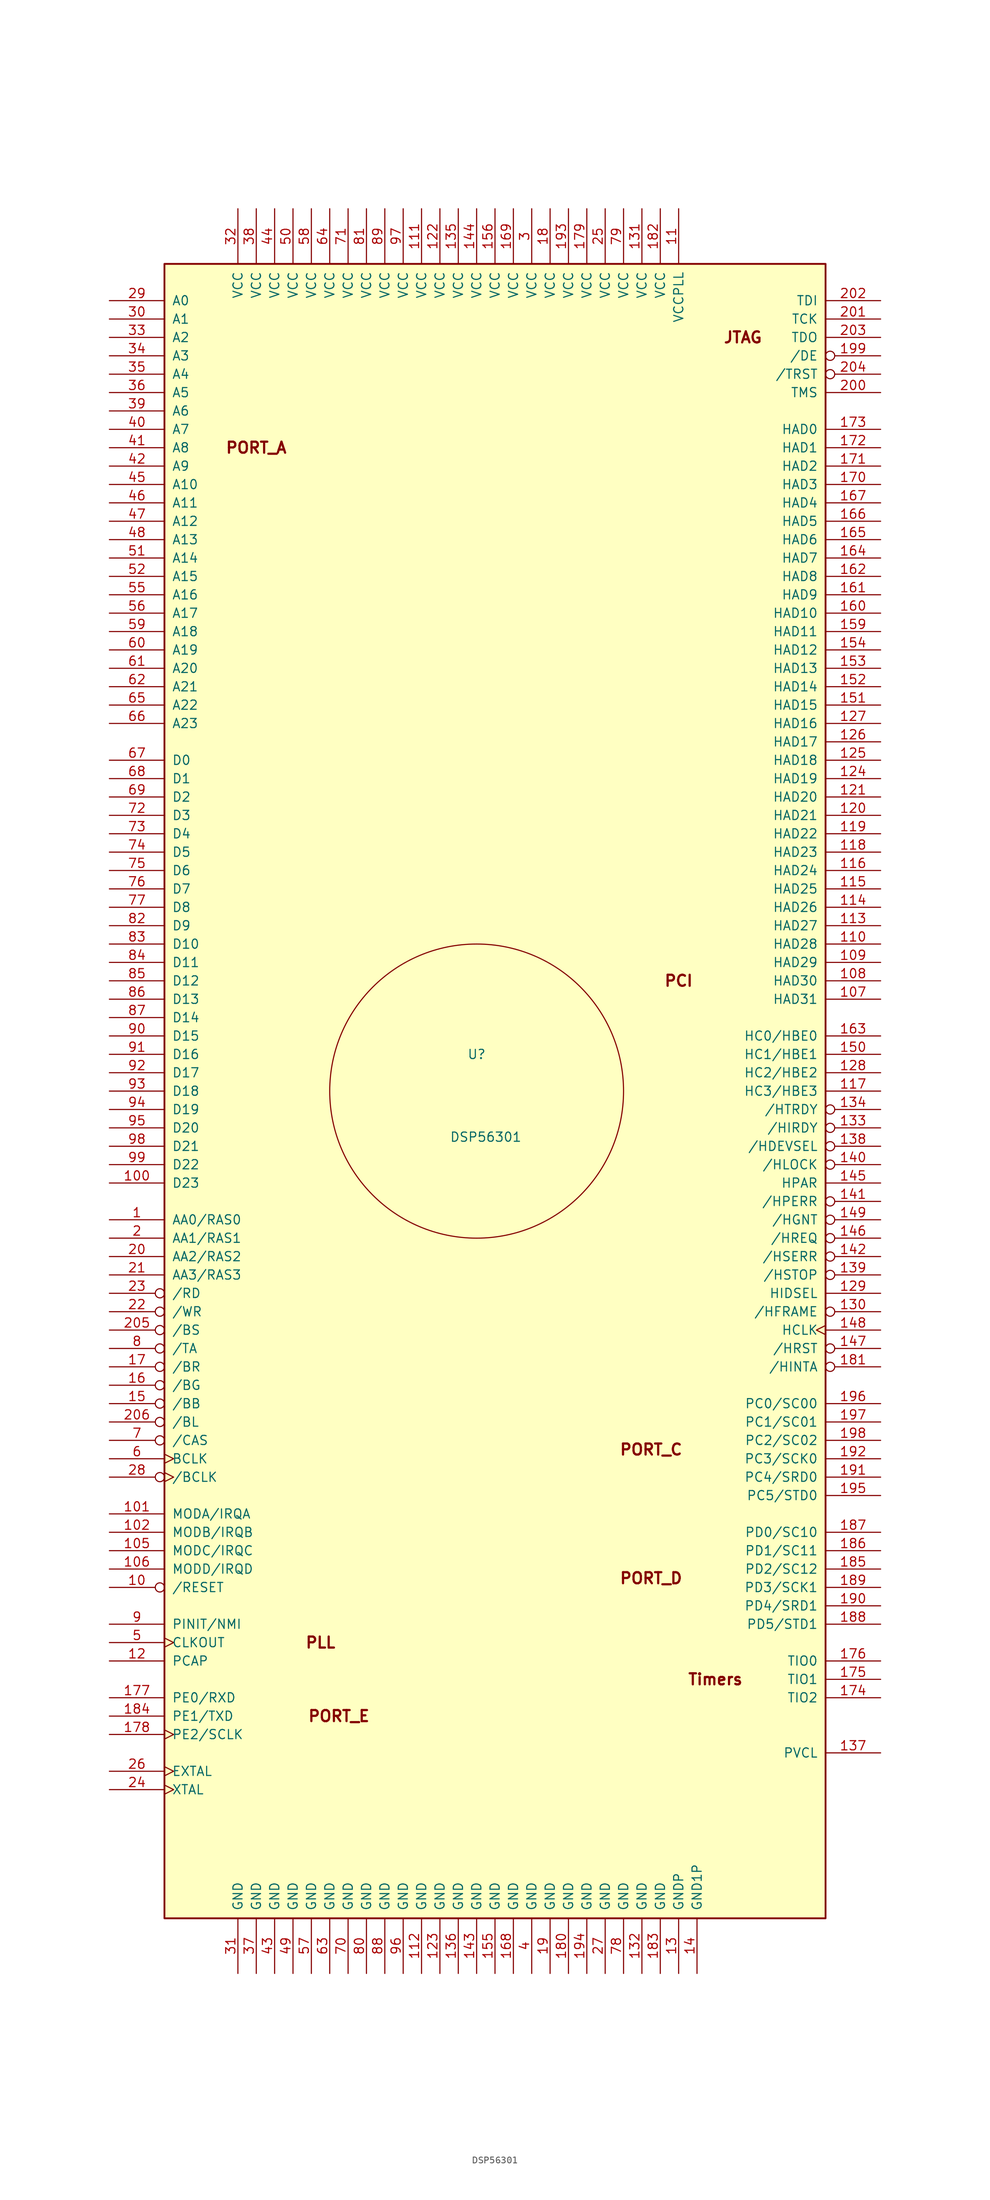
<source format=kicad_sym>
(kicad_symbol_lib
  (version 20241209)
  (generator "kicad_symbol_editor")
  (generator_version "9.0")
  (symbol "DSP56301"
    (pin_names
      (offset 1.016))
    (property "Reference" "U"
      (at 0 2.54 0)
      (effects (font (size 1.27 1.27))))
    (property "Value" "DSP56301"
      (at 1.27 -8.89 0)
      (effects (font (size 1.27 1.27))))
    (symbol "DSP56301_0_1"
      (rectangle (start -43.18 111.76) (end 48.26 -116.84) (stroke (width 0.254) (type default)) (fill (type background)))
      (circle (center 0 -2.54) (radius 20.32) (stroke (width 0) (type default)) (fill (type none)))
      (text "PORT_A" (at -30.48 86.36 0) (effects (font (size 1.524 1.524) (bold yes))))
      (text "PLL" (at -21.59 -78.74 0) (effects (font (size 1.524 1.524) (bold yes))))
      (text "PORT_E" (at -19.05 -88.9 0) (effects (font (size 1.524 1.524) (bold yes))))
      (text "PORT_C" (at 24.13 -52.07 0) (effects (font (size 1.524 1.524) (bold yes))))
      (text "PORT_D" (at 24.13 -69.85 0) (effects (font (size 1.524 1.524) (bold yes))))
      (text "PCI" (at 27.94 12.7 0) (effects (font (size 1.524 1.524) (bold yes))))
      (text "Timers" (at 33.02 -83.82 0) (effects (font (size 1.524 1.524) (bold yes))))
      (text "JTAG" (at 36.83 101.6 0) (effects (font (size 1.524 1.524) (bold yes)))))
    (symbol "DSP56301_1_1"
      (pin output line (at -50.8 106.68 0) (length 7.62) (name "A0" (effects (font (size 1.27 1.27)))) (number "29" (effects (font (size 1.27 1.27)))))
      (pin output line (at -50.8 104.14 0) (length 7.62) (name "A1" (effects (font (size 1.27 1.27)))) (number "30" (effects (font (size 1.27 1.27)))))
      (pin output line (at -50.8 101.6 0) (length 7.62) (name "A2" (effects (font (size 1.27 1.27)))) (number "33" (effects (font (size 1.27 1.27)))))
      (pin output line (at -50.8 99.06 0) (length 7.62) (name "A3" (effects (font (size 1.27 1.27)))) (number "34" (effects (font (size 1.27 1.27)))))
      (pin output line (at -50.8 96.52 0) (length 7.62) (name "A4" (effects (font (size 1.27 1.27)))) (number "35" (effects (font (size 1.27 1.27)))))
      (pin output line (at -50.8 93.98 0) (length 7.62) (name "A5" (effects (font (size 1.27 1.27)))) (number "36" (effects (font (size 1.27 1.27)))))
      (pin output line (at -50.8 91.44 0) (length 7.62) (name "A6" (effects (font (size 1.27 1.27)))) (number "39" (effects (font (size 1.27 1.27)))))
      (pin output line (at -50.8 88.9 0) (length 7.62) (name "A7" (effects (font (size 1.27 1.27)))) (number "40" (effects (font (size 1.27 1.27)))))
      (pin output line (at -50.8 86.36 0) (length 7.62) (name "A8" (effects (font (size 1.27 1.27)))) (number "41" (effects (font (size 1.27 1.27)))))
      (pin output line (at -50.8 83.82 0) (length 7.62) (name "A9" (effects (font (size 1.27 1.27)))) (number "42" (effects (font (size 1.27 1.27)))))
      (pin output line (at -50.8 81.28 0) (length 7.62) (name "A10" (effects (font (size 1.27 1.27)))) (number "45" (effects (font (size 1.27 1.27)))))
      (pin output line (at -50.8 78.74 0) (length 7.62) (name "A11" (effects (font (size 1.27 1.27)))) (number "46" (effects (font (size 1.27 1.27)))))
      (pin output line (at -50.8 76.2 0) (length 7.62) (name "A12" (effects (font (size 1.27 1.27)))) (number "47" (effects (font (size 1.27 1.27)))))
      (pin output line (at -50.8 73.66 0) (length 7.62) (name "A13" (effects (font (size 1.27 1.27)))) (number "48" (effects (font (size 1.27 1.27)))))
      (pin output line (at -50.8 71.12 0) (length 7.62) (name "A14" (effects (font (size 1.27 1.27)))) (number "51" (effects (font (size 1.27 1.27)))))
      (pin output line (at -50.8 68.58 0) (length 7.62) (name "A15" (effects (font (size 1.27 1.27)))) (number "52" (effects (font (size 1.27 1.27)))))
      (pin output line (at -50.8 66.04 0) (length 7.62) (name "A16" (effects (font (size 1.27 1.27)))) (number "55" (effects (font (size 1.27 1.27)))))
      (pin output line (at -50.8 63.5 0) (length 7.62) (name "A17" (effects (font (size 1.27 1.27)))) (number "56" (effects (font (size 1.27 1.27)))))
      (pin output line (at -50.8 60.96 0) (length 7.62) (name "A18" (effects (font (size 1.27 1.27)))) (number "59" (effects (font (size 1.27 1.27)))))
      (pin output line (at -50.8 58.42 0) (length 7.62) (name "A19" (effects (font (size 1.27 1.27)))) (number "60" (effects (font (size 1.27 1.27)))))
      (pin output line (at -50.8 55.88 0) (length 7.62) (name "A20" (effects (font (size 1.27 1.27)))) (number "61" (effects (font (size 1.27 1.27)))))
      (pin output line (at -50.8 53.34 0) (length 7.62) (name "A21" (effects (font (size 1.27 1.27)))) (number "62" (effects (font (size 1.27 1.27)))))
      (pin output line (at -50.8 50.8 0) (length 7.62) (name "A22" (effects (font (size 1.27 1.27)))) (number "65" (effects (font (size 1.27 1.27)))))
      (pin output line (at -50.8 48.26 0) (length 7.62) (name "A23" (effects (font (size 1.27 1.27)))) (number "66" (effects (font (size 1.27 1.27)))))
      (pin bidirectional line (at -50.8 43.18 0) (length 7.62) (name "D0" (effects (font (size 1.27 1.27)))) (number "67" (effects (font (size 1.27 1.27)))))
      (pin bidirectional line (at -50.8 40.64 0) (length 7.62) (name "D1" (effects (font (size 1.27 1.27)))) (number "68" (effects (font (size 1.27 1.27)))))
      (pin bidirectional line (at -50.8 38.1 0) (length 7.62) (name "D2" (effects (font (size 1.27 1.27)))) (number "69" (effects (font (size 1.27 1.27)))))
      (pin bidirectional line (at -50.8 35.56 0) (length 7.62) (name "D3" (effects (font (size 1.27 1.27)))) (number "72" (effects (font (size 1.27 1.27)))))
      (pin bidirectional line (at -50.8 33.02 0) (length 7.62) (name "D4" (effects (font (size 1.27 1.27)))) (number "73" (effects (font (size 1.27 1.27)))))
      (pin bidirectional line (at -50.8 30.48 0) (length 7.62) (name "D5" (effects (font (size 1.27 1.27)))) (number "74" (effects (font (size 1.27 1.27)))))
      (pin bidirectional line (at -50.8 27.94 0) (length 7.62) (name "D6" (effects (font (size 1.27 1.27)))) (number "75" (effects (font (size 1.27 1.27)))))
      (pin bidirectional line (at -50.8 25.4 0) (length 7.62) (name "D7" (effects (font (size 1.27 1.27)))) (number "76" (effects (font (size 1.27 1.27)))))
      (pin bidirectional line (at -50.8 22.86 0) (length 7.62) (name "D8" (effects (font (size 1.27 1.27)))) (number "77" (effects (font (size 1.27 1.27)))))
      (pin bidirectional line (at -50.8 20.32 0) (length 7.62) (name "D9" (effects (font (size 1.27 1.27)))) (number "82" (effects (font (size 1.27 1.27)))))
      (pin bidirectional line (at -50.8 17.78 0) (length 7.62) (name "D10" (effects (font (size 1.27 1.27)))) (number "83" (effects (font (size 1.27 1.27)))))
      (pin bidirectional line (at -50.8 15.24 0) (length 7.62) (name "D11" (effects (font (size 1.27 1.27)))) (number "84" (effects (font (size 1.27 1.27)))))
      (pin bidirectional line (at -50.8 12.7 0) (length 7.62) (name "D12" (effects (font (size 1.27 1.27)))) (number "85" (effects (font (size 1.27 1.27)))))
      (pin bidirectional line (at -50.8 10.16 0) (length 7.62) (name "D13" (effects (font (size 1.27 1.27)))) (number "86" (effects (font (size 1.27 1.27)))))
      (pin bidirectional line (at -50.8 7.62 0) (length 7.62) (name "D14" (effects (font (size 1.27 1.27)))) (number "87" (effects (font (size 1.27 1.27)))))
      (pin bidirectional line (at -50.8 5.08 0) (length 7.62) (name "D15" (effects (font (size 1.27 1.27)))) (number "90" (effects (font (size 1.27 1.27)))))
      (pin bidirectional line (at -50.8 2.54 0) (length 7.62) (name "D16" (effects (font (size 1.27 1.27)))) (number "91" (effects (font (size 1.27 1.27)))))
      (pin bidirectional line (at -50.8 0 0) (length 7.62) (name "D17" (effects (font (size 1.27 1.27)))) (number "92" (effects (font (size 1.27 1.27)))))
      (pin bidirectional line (at -50.8 -2.54 0) (length 7.62) (name "D18" (effects (font (size 1.27 1.27)))) (number "93" (effects (font (size 1.27 1.27)))))
      (pin bidirectional line (at -50.8 -5.08 0) (length 7.62) (name "D19" (effects (font (size 1.27 1.27)))) (number "94" (effects (font (size 1.27 1.27)))))
      (pin bidirectional line (at -50.8 -7.62 0) (length 7.62) (name "D20" (effects (font (size 1.27 1.27)))) (number "95" (effects (font (size 1.27 1.27)))))
      (pin bidirectional line (at -50.8 -10.16 0) (length 7.62) (name "D21" (effects (font (size 1.27 1.27)))) (number "98" (effects (font (size 1.27 1.27)))))
      (pin bidirectional line (at -50.8 -12.7 0) (length 7.62) (name "D22" (effects (font (size 1.27 1.27)))) (number "99" (effects (font (size 1.27 1.27)))))
      (pin bidirectional line (at -50.8 -15.24 0) (length 7.62) (name "D23" (effects (font (size 1.27 1.27)))) (number "100" (effects (font (size 1.27 1.27)))))
      (pin output line (at -50.8 -20.32 0) (length 7.62) (name "AA0/RAS0" (effects (font (size 1.27 1.27)))) (number "1" (effects (font (size 1.27 1.27)))))
      (pin output line (at -50.8 -22.86 0) (length 7.62) (name "AA1/RAS1" (effects (font (size 1.27 1.27)))) (number "2" (effects (font (size 1.27 1.27)))))
      (pin output line (at -50.8 -25.4 0) (length 7.62) (name "AA2/RAS2" (effects (font (size 1.27 1.27)))) (number "20" (effects (font (size 1.27 1.27)))))
      (pin output line (at -50.8 -27.94 0) (length 7.62) (name "AA3/RAS3" (effects (font (size 1.27 1.27)))) (number "21" (effects (font (size 1.27 1.27)))))
      (pin output inverted (at -50.8 -30.48 0) (length 7.62) (name "/RD" (effects (font (size 1.27 1.27)))) (number "23" (effects (font (size 1.27 1.27)))))
      (pin output inverted (at -50.8 -33.02 0) (length 7.62) (name "/WR" (effects (font (size 1.27 1.27)))) (number "22" (effects (font (size 1.27 1.27)))))
      (pin output inverted (at -50.8 -35.56 0) (length 7.62) (name "/BS" (effects (font (size 1.27 1.27)))) (number "205" (effects (font (size 1.27 1.27)))))
      (pin input inverted (at -50.8 -38.1 0) (length 7.62) (name "/TA" (effects (font (size 1.27 1.27)))) (number "8" (effects (font (size 1.27 1.27)))))
      (pin output inverted (at -50.8 -40.64 0) (length 7.62) (name "/BR" (effects (font (size 1.27 1.27)))) (number "17" (effects (font (size 1.27 1.27)))))
      (pin input inverted (at -50.8 -43.18 0) (length 7.62) (name "/BG" (effects (font (size 1.27 1.27)))) (number "16" (effects (font (size 1.27 1.27)))))
      (pin bidirectional inverted (at -50.8 -45.72 0) (length 7.62) (name "/BB" (effects (font (size 1.27 1.27)))) (number "15" (effects (font (size 1.27 1.27)))))
      (pin output inverted (at -50.8 -48.26 0) (length 7.62) (name "/BL" (effects (font (size 1.27 1.27)))) (number "206" (effects (font (size 1.27 1.27)))))
      (pin output inverted (at -50.8 -50.8 0) (length 7.62) (name "/CAS" (effects (font (size 1.27 1.27)))) (number "7" (effects (font (size 1.27 1.27)))))
      (pin output clock (at -50.8 -53.34 0) (length 7.62) (name "BCLK" (effects (font (size 1.27 1.27)))) (number "6" (effects (font (size 1.27 1.27)))))
      (pin output inverted_clock (at -50.8 -55.88 0) (length 7.62) (name "/BCLK" (effects (font (size 1.27 1.27)))) (number "28" (effects (font (size 1.27 1.27)))))
      (pin input line (at -50.8 -60.96 0) (length 7.62) (name "MODA/IRQA" (effects (font (size 1.27 1.27)))) (number "101" (effects (font (size 1.27 1.27)))))
      (pin input line (at -50.8 -63.5 0) (length 7.62) (name "MODB/IRQB" (effects (font (size 1.27 1.27)))) (number "102" (effects (font (size 1.27 1.27)))))
      (pin input line (at -50.8 -66.04 0) (length 7.62) (name "MODC/IRQC" (effects (font (size 1.27 1.27)))) (number "105" (effects (font (size 1.27 1.27)))))
      (pin input line (at -50.8 -68.58 0) (length 7.62) (name "MODD/IRQD" (effects (font (size 1.27 1.27)))) (number "106" (effects (font (size 1.27 1.27)))))
      (pin input inverted (at -50.8 -71.12 0) (length 7.62) (name "/RESET" (effects (font (size 1.27 1.27)))) (number "10" (effects (font (size 1.27 1.27)))))
      (pin input line (at -50.8 -76.2 0) (length 7.62) (name "PINIT/NMI" (effects (font (size 1.27 1.27)))) (number "9" (effects (font (size 1.27 1.27)))))
      (pin output clock (at -50.8 -78.74 0) (length 7.62) (name "CLKOUT" (effects (font (size 1.27 1.27)))) (number "5" (effects (font (size 1.27 1.27)))))
      (pin input line (at -50.8 -81.28 0) (length 7.62) (name "PCAP" (effects (font (size 1.27 1.27)))) (number "12" (effects (font (size 1.27 1.27)))))
      (pin bidirectional line (at -50.8 -86.36 0) (length 7.62) (name "PE0/RXD" (effects (font (size 1.27 1.27)))) (number "177" (effects (font (size 1.27 1.27)))))
      (pin bidirectional line (at -50.8 -88.9 0) (length 7.62) (name "PE1/TXD" (effects (font (size 1.27 1.27)))) (number "184" (effects (font (size 1.27 1.27)))))
      (pin bidirectional clock (at -50.8 -91.44 0) (length 7.62) (name "PE2/SCLK" (effects (font (size 1.27 1.27)))) (number "178" (effects (font (size 1.27 1.27)))))
      (pin input clock (at -50.8 -96.52 0) (length 7.62) (name "EXTAL" (effects (font (size 1.27 1.27)))) (number "26" (effects (font (size 1.27 1.27)))))
      (pin output clock (at -50.8 -99.06 0) (length 7.62) (name "XTAL" (effects (font (size 1.27 1.27)))) (number "24" (effects (font (size 1.27 1.27)))))
      (pin power_in line (at -33.02 119.38 270) (length 7.62) (name "VCC" (effects (font (size 1.27 1.27)))) (number "32" (effects (font (size 1.27 1.27)))))
      (pin power_in line (at -33.02 -124.46 90) (length 7.62) (name "GND" (effects (font (size 1.27 1.27)))) (number "31" (effects (font (size 1.27 1.27)))))
      (pin power_in line (at -30.48 119.38 270) (length 7.62) (name "VCC" (effects (font (size 1.27 1.27)))) (number "38" (effects (font (size 1.27 1.27)))))
      (pin power_in line (at -30.48 -124.46 90) (length 7.62) (name "GND" (effects (font (size 1.27 1.27)))) (number "37" (effects (font (size 1.27 1.27)))))
      (pin power_in line (at -27.94 119.38 270) (length 7.62) (name "VCC" (effects (font (size 1.27 1.27)))) (number "44" (effects (font (size 1.27 1.27)))))
      (pin power_in line (at -27.94 -124.46 90) (length 7.62) (name "GND" (effects (font (size 1.27 1.27)))) (number "43" (effects (font (size 1.27 1.27)))))
      (pin power_in line (at -25.4 119.38 270) (length 7.62) (name "VCC" (effects (font (size 1.27 1.27)))) (number "50" (effects (font (size 1.27 1.27)))))
      (pin power_in line (at -25.4 -124.46 90) (length 7.62) (name "GND" (effects (font (size 1.27 1.27)))) (number "49" (effects (font (size 1.27 1.27)))))
      (pin power_in line (at -22.86 119.38 270) (length 7.62) (name "VCC" (effects (font (size 1.27 1.27)))) (number "58" (effects (font (size 1.27 1.27)))))
      (pin power_in line (at -22.86 -124.46 90) (length 7.62) (name "GND" (effects (font (size 1.27 1.27)))) (number "57" (effects (font (size 1.27 1.27)))))
      (pin power_in line (at -20.32 119.38 270) (length 7.62) (name "VCC" (effects (font (size 1.27 1.27)))) (number "64" (effects (font (size 1.27 1.27)))))
      (pin power_in line (at -20.32 -124.46 90) (length 7.62) (name "GND" (effects (font (size 1.27 1.27)))) (number "63" (effects (font (size 1.27 1.27)))))
      (pin power_in line (at -17.78 119.38 270) (length 7.62) (name "VCC" (effects (font (size 1.27 1.27)))) (number "71" (effects (font (size 1.27 1.27)))))
      (pin power_in line (at -17.78 -124.46 90) (length 7.62) (name "GND" (effects (font (size 1.27 1.27)))) (number "70" (effects (font (size 1.27 1.27)))))
      (pin power_in line (at -15.24 119.38 270) (length 7.62) (name "VCC" (effects (font (size 1.27 1.27)))) (number "81" (effects (font (size 1.27 1.27)))))
      (pin power_in line (at -15.24 -124.46 90) (length 7.62) (name "GND" (effects (font (size 1.27 1.27)))) (number "80" (effects (font (size 1.27 1.27)))))
      (pin power_in line (at -12.7 119.38 270) (length 7.62) (name "VCC" (effects (font (size 1.27 1.27)))) (number "89" (effects (font (size 1.27 1.27)))))
      (pin power_in line (at -12.7 -124.46 90) (length 7.62) (name "GND" (effects (font (size 1.27 1.27)))) (number "88" (effects (font (size 1.27 1.27)))))
      (pin power_in line (at -10.16 119.38 270) (length 7.62) (name "VCC" (effects (font (size 1.27 1.27)))) (number "97" (effects (font (size 1.27 1.27)))))
      (pin power_in line (at -10.16 -124.46 90) (length 7.62) (name "GND" (effects (font (size 1.27 1.27)))) (number "96" (effects (font (size 1.27 1.27)))))
      (pin power_in line (at -7.62 119.38 270) (length 7.62) (name "VCC" (effects (font (size 1.27 1.27)))) (number "111" (effects (font (size 1.27 1.27)))))
      (pin power_in line (at -7.62 -124.46 90) (length 7.62) (name "GND" (effects (font (size 1.27 1.27)))) (number "112" (effects (font (size 1.27 1.27)))))
      (pin power_in line (at -5.08 119.38 270) (length 7.62) (name "VCC" (effects (font (size 1.27 1.27)))) (number "122" (effects (font (size 1.27 1.27)))))
      (pin power_in line (at -5.08 -124.46 90) (length 7.62) (name "GND" (effects (font (size 1.27 1.27)))) (number "123" (effects (font (size 1.27 1.27)))))
      (pin power_in line (at -2.54 119.38 270) (length 7.62) (name "VCC" (effects (font (size 1.27 1.27)))) (number "135" (effects (font (size 1.27 1.27)))))
      (pin power_in line (at -2.54 -124.46 90) (length 7.62) (name "GND" (effects (font (size 1.27 1.27)))) (number "136" (effects (font (size 1.27 1.27)))))
      (pin power_in line (at 0 119.38 270) (length 7.62) (name "VCC" (effects (font (size 1.27 1.27)))) (number "144" (effects (font (size 1.27 1.27)))))
      (pin power_in line (at 0 -124.46 90) (length 7.62) (name "GND" (effects (font (size 1.27 1.27)))) (number "143" (effects (font (size 1.27 1.27)))))
      (pin power_in line (at 2.54 119.38 270) (length 7.62) (name "VCC" (effects (font (size 1.27 1.27)))) (number "156" (effects (font (size 1.27 1.27)))))
      (pin power_in line (at 2.54 -124.46 90) (length 7.62) (name "GND" (effects (font (size 1.27 1.27)))) (number "155" (effects (font (size 1.27 1.27)))))
      (pin power_in line (at 5.08 119.38 270) (length 7.62) (name "VCC" (effects (font (size 1.27 1.27)))) (number "169" (effects (font (size 1.27 1.27)))))
      (pin power_in line (at 5.08 -124.46 90) (length 7.62) (name "GND" (effects (font (size 1.27 1.27)))) (number "168" (effects (font (size 1.27 1.27)))))
      (pin power_in line (at 7.62 119.38 270) (length 7.62) (name "VCC" (effects (font (size 1.27 1.27)))) (number "3" (effects (font (size 1.27 1.27)))))
      (pin power_in line (at 7.62 -124.46 90) (length 7.62) (name "GND" (effects (font (size 1.27 1.27)))) (number "4" (effects (font (size 1.27 1.27)))))
      (pin power_in line (at 10.16 119.38 270) (length 7.62) (name "VCC" (effects (font (size 1.27 1.27)))) (number "18" (effects (font (size 1.27 1.27)))))
      (pin power_in line (at 10.16 -124.46 90) (length 7.62) (name "GND" (effects (font (size 1.27 1.27)))) (number "19" (effects (font (size 1.27 1.27)))))
      (pin power_in line (at 12.7 119.38 270) (length 7.62) (name "VCC" (effects (font (size 1.27 1.27)))) (number "193" (effects (font (size 1.27 1.27)))))
      (pin power_in line (at 12.7 -124.46 90) (length 7.62) (name "GND" (effects (font (size 1.27 1.27)))) (number "180" (effects (font (size 1.27 1.27)))))
      (pin power_in line (at 15.24 119.38 270) (length 7.62) (name "VCC" (effects (font (size 1.27 1.27)))) (number "179" (effects (font (size 1.27 1.27)))))
      (pin power_in line (at 15.24 -124.46 90) (length 7.62) (name "GND" (effects (font (size 1.27 1.27)))) (number "194" (effects (font (size 1.27 1.27)))))
      (pin power_in line (at 17.78 119.38 270) (length 7.62) (name "VCC" (effects (font (size 1.27 1.27)))) (number "25" (effects (font (size 1.27 1.27)))))
      (pin power_in line (at 17.78 -124.46 90) (length 7.62) (name "GND" (effects (font (size 1.27 1.27)))) (number "27" (effects (font (size 1.27 1.27)))))
      (pin power_in line (at 20.32 119.38 270) (length 7.62) (name "VCC" (effects (font (size 1.27 1.27)))) (number "79" (effects (font (size 1.27 1.27)))))
      (pin power_in line (at 20.32 -124.46 90) (length 7.62) (name "GND" (effects (font (size 1.27 1.27)))) (number "78" (effects (font (size 1.27 1.27)))))
      (pin power_in line (at 22.86 119.38 270) (length 7.62) (name "VCC" (effects (font (size 1.27 1.27)))) (number "131" (effects (font (size 1.27 1.27)))))
      (pin power_in line (at 22.86 -124.46 90) (length 7.62) (name "GND" (effects (font (size 1.27 1.27)))) (number "132" (effects (font (size 1.27 1.27)))))
      (pin power_in line (at 25.4 119.38 270) (length 7.62) (name "VCC" (effects (font (size 1.27 1.27)))) (number "182" (effects (font (size 1.27 1.27)))))
      (pin power_in line (at 25.4 -124.46 90) (length 7.62) (name "GND" (effects (font (size 1.27 1.27)))) (number "183" (effects (font (size 1.27 1.27)))))
      (pin power_in line (at 27.94 119.38 270) (length 7.62) (name "VCCPLL" (effects (font (size 1.27 1.27)))) (number "11" (effects (font (size 1.27 1.27)))))
      (pin power_in line (at 27.94 -124.46 90) (length 7.62) (name "GNDP" (effects (font (size 1.27 1.27)))) (number "13" (effects (font (size 1.27 1.27)))))
      (pin power_in line (at 30.48 -124.46 90) (length 7.62) (name "GND1P" (effects (font (size 1.27 1.27)))) (number "14" (effects (font (size 1.27 1.27)))))
      (pin input line (at 55.88 106.68 180) (length 7.62) (name "TDI" (effects (font (size 1.27 1.27)))) (number "202" (effects (font (size 1.27 1.27)))))
      (pin input line (at 55.88 104.14 180) (length 7.62) (name "TCK" (effects (font (size 1.27 1.27)))) (number "201" (effects (font (size 1.27 1.27)))))
      (pin output line (at 55.88 101.6 180) (length 7.62) (name "TDO" (effects (font (size 1.27 1.27)))) (number "203" (effects (font (size 1.27 1.27)))))
      (pin output inverted (at 55.88 99.06 180) (length 7.62) (name "/DE" (effects (font (size 1.27 1.27)))) (number "199" (effects (font (size 1.27 1.27)))))
      (pin input inverted (at 55.88 96.52 180) (length 7.62) (name "/TRST" (effects (font (size 1.27 1.27)))) (number "204" (effects (font (size 1.27 1.27)))))
      (pin input line (at 55.88 93.98 180) (length 7.62) (name "TMS" (effects (font (size 1.27 1.27)))) (number "200" (effects (font (size 1.27 1.27)))))
      (pin bidirectional line (at 55.88 88.9 180) (length 7.62) (name "HAD0" (effects (font (size 1.27 1.27)))) (number "173" (effects (font (size 1.27 1.27)))))
      (pin bidirectional line (at 55.88 86.36 180) (length 7.62) (name "HAD1" (effects (font (size 1.27 1.27)))) (number "172" (effects (font (size 1.27 1.27)))))
      (pin bidirectional line (at 55.88 83.82 180) (length 7.62) (name "HAD2" (effects (font (size 1.27 1.27)))) (number "171" (effects (font (size 1.27 1.27)))))
      (pin bidirectional line (at 55.88 81.28 180) (length 7.62) (name "HAD3" (effects (font (size 1.27 1.27)))) (number "170" (effects (font (size 1.27 1.27)))))
      (pin bidirectional line (at 55.88 78.74 180) (length 7.62) (name "HAD4" (effects (font (size 1.27 1.27)))) (number "167" (effects (font (size 1.27 1.27)))))
      (pin bidirectional line (at 55.88 76.2 180) (length 7.62) (name "HAD5" (effects (font (size 1.27 1.27)))) (number "166" (effects (font (size 1.27 1.27)))))
      (pin bidirectional line (at 55.88 73.66 180) (length 7.62) (name "HAD6" (effects (font (size 1.27 1.27)))) (number "165" (effects (font (size 1.27 1.27)))))
      (pin bidirectional line (at 55.88 71.12 180) (length 7.62) (name "HAD7" (effects (font (size 1.27 1.27)))) (number "164" (effects (font (size 1.27 1.27)))))
      (pin bidirectional line (at 55.88 68.58 180) (length 7.62) (name "HAD8" (effects (font (size 1.27 1.27)))) (number "162" (effects (font (size 1.27 1.27)))))
      (pin bidirectional line (at 55.88 66.04 180) (length 7.62) (name "HAD9" (effects (font (size 1.27 1.27)))) (number "161" (effects (font (size 1.27 1.27)))))
      (pin bidirectional line (at 55.88 63.5 180) (length 7.62) (name "HAD10" (effects (font (size 1.27 1.27)))) (number "160" (effects (font (size 1.27 1.27)))))
      (pin bidirectional line (at 55.88 60.96 180) (length 7.62) (name "HAD11" (effects (font (size 1.27 1.27)))) (number "159" (effects (font (size 1.27 1.27)))))
      (pin bidirectional line (at 55.88 58.42 180) (length 7.62) (name "HAD12" (effects (font (size 1.27 1.27)))) (number "154" (effects (font (size 1.27 1.27)))))
      (pin bidirectional line (at 55.88 55.88 180) (length 7.62) (name "HAD13" (effects (font (size 1.27 1.27)))) (number "153" (effects (font (size 1.27 1.27)))))
      (pin bidirectional line (at 55.88 53.34 180) (length 7.62) (name "HAD14" (effects (font (size 1.27 1.27)))) (number "152" (effects (font (size 1.27 1.27)))))
      (pin bidirectional line (at 55.88 50.8 180) (length 7.62) (name "HAD15" (effects (font (size 1.27 1.27)))) (number "151" (effects (font (size 1.27 1.27)))))
      (pin bidirectional line (at 55.88 48.26 180) (length 7.62) (name "HAD16" (effects (font (size 1.27 1.27)))) (number "127" (effects (font (size 1.27 1.27)))))
      (pin bidirectional line (at 55.88 45.72 180) (length 7.62) (name "HAD17" (effects (font (size 1.27 1.27)))) (number "126" (effects (font (size 1.27 1.27)))))
      (pin bidirectional line (at 55.88 43.18 180) (length 7.62) (name "HAD18" (effects (font (size 1.27 1.27)))) (number "125" (effects (font (size 1.27 1.27)))))
      (pin bidirectional line (at 55.88 40.64 180) (length 7.62) (name "HAD19" (effects (font (size 1.27 1.27)))) (number "124" (effects (font (size 1.27 1.27)))))
      (pin bidirectional line (at 55.88 38.1 180) (length 7.62) (name "HAD20" (effects (font (size 1.27 1.27)))) (number "121" (effects (font (size 1.27 1.27)))))
      (pin bidirectional line (at 55.88 35.56 180) (length 7.62) (name "HAD21" (effects (font (size 1.27 1.27)))) (number "120" (effects (font (size 1.27 1.27)))))
      (pin bidirectional line (at 55.88 33.02 180) (length 7.62) (name "HAD22" (effects (font (size 1.27 1.27)))) (number "119" (effects (font (size 1.27 1.27)))))
      (pin bidirectional line (at 55.88 30.48 180) (length 7.62) (name "HAD23" (effects (font (size 1.27 1.27)))) (number "118" (effects (font (size 1.27 1.27)))))
      (pin bidirectional line (at 55.88 27.94 180) (length 7.62) (name "HAD24" (effects (font (size 1.27 1.27)))) (number "116" (effects (font (size 1.27 1.27)))))
      (pin bidirectional line (at 55.88 25.4 180) (length 7.62) (name "HAD25" (effects (font (size 1.27 1.27)))) (number "115" (effects (font (size 1.27 1.27)))))
      (pin bidirectional line (at 55.88 22.86 180) (length 7.62) (name "HAD26" (effects (font (size 1.27 1.27)))) (number "114" (effects (font (size 1.27 1.27)))))
      (pin bidirectional line (at 55.88 20.32 180) (length 7.62) (name "HAD27" (effects (font (size 1.27 1.27)))) (number "113" (effects (font (size 1.27 1.27)))))
      (pin bidirectional line (at 55.88 17.78 180) (length 7.62) (name "HAD28" (effects (font (size 1.27 1.27)))) (number "110" (effects (font (size 1.27 1.27)))))
      (pin bidirectional line (at 55.88 15.24 180) (length 7.62) (name "HAD29" (effects (font (size 1.27 1.27)))) (number "109" (effects (font (size 1.27 1.27)))))
      (pin bidirectional line (at 55.88 12.7 180) (length 7.62) (name "HAD30" (effects (font (size 1.27 1.27)))) (number "108" (effects (font (size 1.27 1.27)))))
      (pin bidirectional line (at 55.88 10.16 180) (length 7.62) (name "HAD31" (effects (font (size 1.27 1.27)))) (number "107" (effects (font (size 1.27 1.27)))))
      (pin bidirectional line (at 55.88 5.08 180) (length 7.62) (name "HC0/HBE0" (effects (font (size 1.27 1.27)))) (number "163" (effects (font (size 1.27 1.27)))))
      (pin bidirectional line (at 55.88 2.54 180) (length 7.62) (name "HC1/HBE1" (effects (font (size 1.27 1.27)))) (number "150" (effects (font (size 1.27 1.27)))))
      (pin bidirectional line (at 55.88 0 180) (length 7.62) (name "HC2/HBE2" (effects (font (size 1.27 1.27)))) (number "128" (effects (font (size 1.27 1.27)))))
      (pin bidirectional line (at 55.88 -2.54 180) (length 7.62) (name "HC3/HBE3" (effects (font (size 1.27 1.27)))) (number "117" (effects (font (size 1.27 1.27)))))
      (pin bidirectional inverted (at 55.88 -5.08 180) (length 7.62) (name "/HTRDY" (effects (font (size 1.27 1.27)))) (number "134" (effects (font (size 1.27 1.27)))))
      (pin bidirectional inverted (at 55.88 -7.62 180) (length 7.62) (name "/HIRDY" (effects (font (size 1.27 1.27)))) (number "133" (effects (font (size 1.27 1.27)))))
      (pin bidirectional inverted (at 55.88 -10.16 180) (length 7.62) (name "/HDEVSEL" (effects (font (size 1.27 1.27)))) (number "138" (effects (font (size 1.27 1.27)))))
      (pin bidirectional inverted (at 55.88 -12.7 180) (length 7.62) (name "/HLOCK" (effects (font (size 1.27 1.27)))) (number "140" (effects (font (size 1.27 1.27)))))
      (pin bidirectional line (at 55.88 -15.24 180) (length 7.62) (name "HPAR" (effects (font (size 1.27 1.27)))) (number "145" (effects (font (size 1.27 1.27)))))
      (pin bidirectional inverted (at 55.88 -17.78 180) (length 7.62) (name "/HPERR" (effects (font (size 1.27 1.27)))) (number "141" (effects (font (size 1.27 1.27)))))
      (pin input inverted (at 55.88 -20.32 180) (length 7.62) (name "/HGNT" (effects (font (size 1.27 1.27)))) (number "149" (effects (font (size 1.27 1.27)))))
      (pin output inverted (at 55.88 -22.86 180) (length 7.62) (name "/HREQ" (effects (font (size 1.27 1.27)))) (number "146" (effects (font (size 1.27 1.27)))))
      (pin output inverted (at 55.88 -25.4 180) (length 7.62) (name "/HSERR" (effects (font (size 1.27 1.27)))) (number "142" (effects (font (size 1.27 1.27)))))
      (pin bidirectional inverted (at 55.88 -27.94 180) (length 7.62) (name "/HSTOP" (effects (font (size 1.27 1.27)))) (number "139" (effects (font (size 1.27 1.27)))))
      (pin input line (at 55.88 -30.48 180) (length 7.62) (name "HIDSEL" (effects (font (size 1.27 1.27)))) (number "129" (effects (font (size 1.27 1.27)))))
      (pin bidirectional inverted (at 55.88 -33.02 180) (length 7.62) (name "/HFRAME" (effects (font (size 1.27 1.27)))) (number "130" (effects (font (size 1.27 1.27)))))
      (pin input clock (at 55.88 -35.56 180) (length 7.62) (name "HCLK" (effects (font (size 1.27 1.27)))) (number "148" (effects (font (size 1.27 1.27)))))
      (pin input inverted (at 55.88 -38.1 180) (length 7.62) (name "/HRST" (effects (font (size 1.27 1.27)))) (number "147" (effects (font (size 1.27 1.27)))))
      (pin output inverted (at 55.88 -40.64 180) (length 7.62) (name "/HINTA" (effects (font (size 1.27 1.27)))) (number "181" (effects (font (size 1.27 1.27)))))
      (pin bidirectional line (at 55.88 -45.72 180) (length 7.62) (name "PC0/SC00" (effects (font (size 1.27 1.27)))) (number "196" (effects (font (size 1.27 1.27)))))
      (pin bidirectional line (at 55.88 -48.26 180) (length 7.62) (name "PC1/SC01" (effects (font (size 1.27 1.27)))) (number "197" (effects (font (size 1.27 1.27)))))
      (pin bidirectional line (at 55.88 -50.8 180) (length 7.62) (name "PC2/SC02" (effects (font (size 1.27 1.27)))) (number "198" (effects (font (size 1.27 1.27)))))
      (pin bidirectional line (at 55.88 -53.34 180) (length 7.62) (name "PC3/SCK0" (effects (font (size 1.27 1.27)))) (number "192" (effects (font (size 1.27 1.27)))))
      (pin bidirectional line (at 55.88 -55.88 180) (length 7.62) (name "PC4/SRD0" (effects (font (size 1.27 1.27)))) (number "191" (effects (font (size 1.27 1.27)))))
      (pin bidirectional line (at 55.88 -58.42 180) (length 7.62) (name "PC5/STD0" (effects (font (size 1.27 1.27)))) (number "195" (effects (font (size 1.27 1.27)))))
      (pin bidirectional line (at 55.88 -63.5 180) (length 7.62) (name "PD0/SC10" (effects (font (size 1.27 1.27)))) (number "187" (effects (font (size 1.27 1.27)))))
      (pin bidirectional line (at 55.88 -66.04 180) (length 7.62) (name "PD1/SC11" (effects (font (size 1.27 1.27)))) (number "186" (effects (font (size 1.27 1.27)))))
      (pin bidirectional line (at 55.88 -68.58 180) (length 7.62) (name "PD2/SC12" (effects (font (size 1.27 1.27)))) (number "185" (effects (font (size 1.27 1.27)))))
      (pin bidirectional line (at 55.88 -71.12 180) (length 7.62) (name "PD3/SCK1" (effects (font (size 1.27 1.27)))) (number "189" (effects (font (size 1.27 1.27)))))
      (pin bidirectional line (at 55.88 -73.66 180) (length 7.62) (name "PD4/SRD1" (effects (font (size 1.27 1.27)))) (number "190" (effects (font (size 1.27 1.27)))))
      (pin bidirectional line (at 55.88 -76.2 180) (length 7.62) (name "PD5/STD1" (effects (font (size 1.27 1.27)))) (number "188" (effects (font (size 1.27 1.27)))))
      (pin bidirectional line (at 55.88 -81.28 180) (length 7.62) (name "TIO0" (effects (font (size 1.27 1.27)))) (number "176" (effects (font (size 1.27 1.27)))))
      (pin bidirectional line (at 55.88 -83.82 180) (length 7.62) (name "TIO1" (effects (font (size 1.27 1.27)))) (number "175" (effects (font (size 1.27 1.27)))))
      (pin bidirectional line (at 55.88 -86.36 180) (length 7.62) (name "TIO2" (effects (font (size 1.27 1.27)))) (number "174" (effects (font (size 1.27 1.27)))))
      (pin input line (at 55.88 -93.98 180) (length 7.62) (name "PVCL" (effects (font (size 1.27 1.27)))) (number "137" (effects (font (size 1.27 1.27))))))))
</source>
